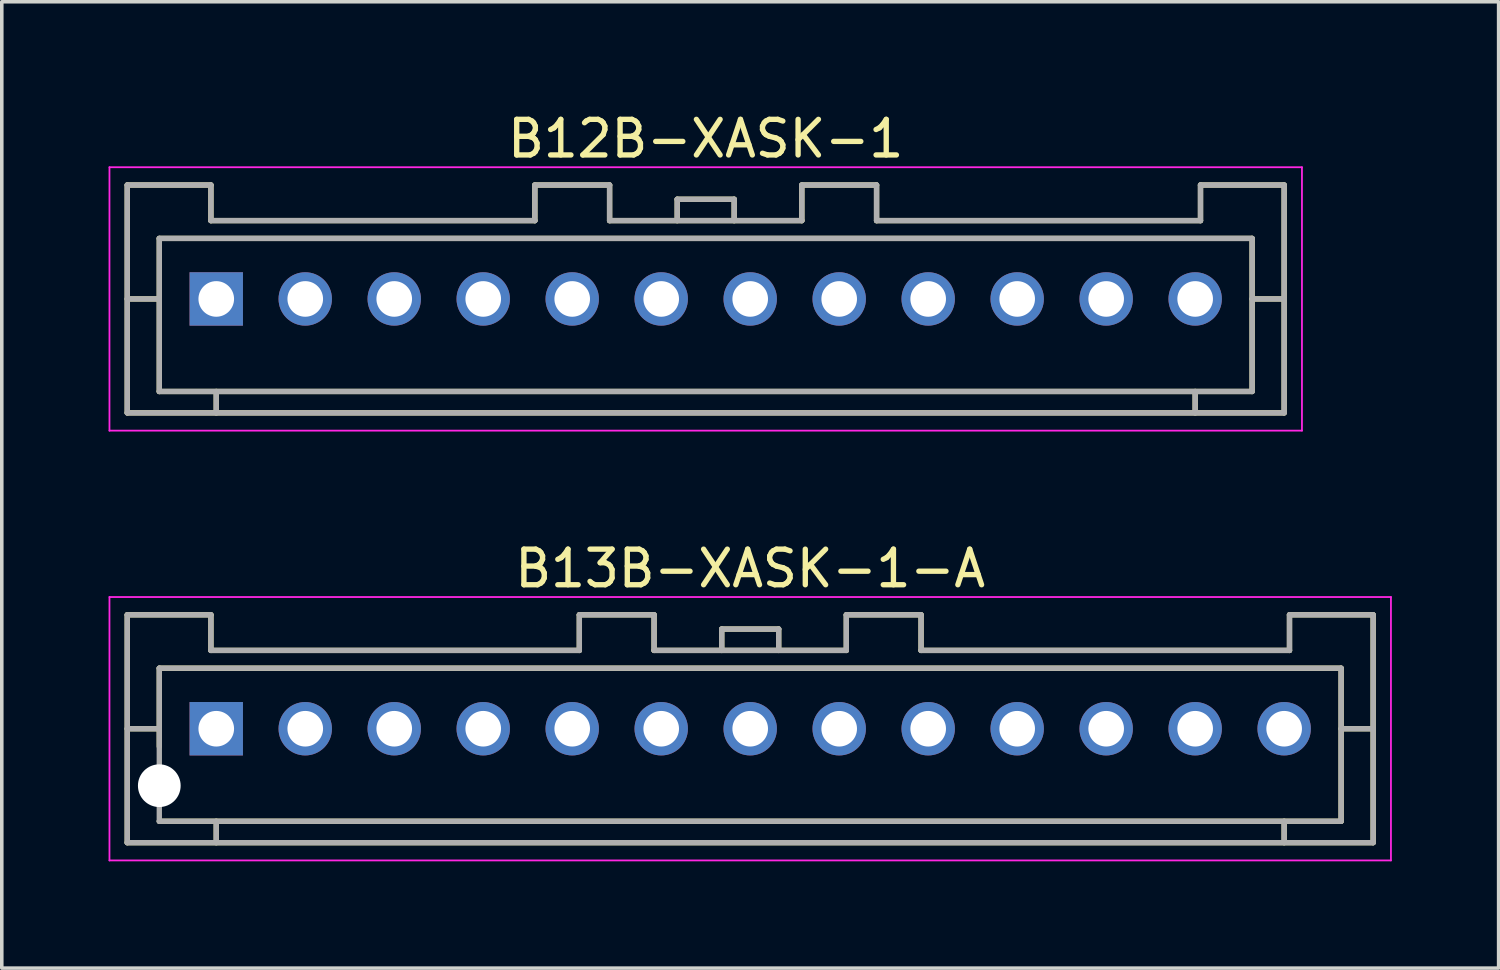
<source format=kicad_pcb>
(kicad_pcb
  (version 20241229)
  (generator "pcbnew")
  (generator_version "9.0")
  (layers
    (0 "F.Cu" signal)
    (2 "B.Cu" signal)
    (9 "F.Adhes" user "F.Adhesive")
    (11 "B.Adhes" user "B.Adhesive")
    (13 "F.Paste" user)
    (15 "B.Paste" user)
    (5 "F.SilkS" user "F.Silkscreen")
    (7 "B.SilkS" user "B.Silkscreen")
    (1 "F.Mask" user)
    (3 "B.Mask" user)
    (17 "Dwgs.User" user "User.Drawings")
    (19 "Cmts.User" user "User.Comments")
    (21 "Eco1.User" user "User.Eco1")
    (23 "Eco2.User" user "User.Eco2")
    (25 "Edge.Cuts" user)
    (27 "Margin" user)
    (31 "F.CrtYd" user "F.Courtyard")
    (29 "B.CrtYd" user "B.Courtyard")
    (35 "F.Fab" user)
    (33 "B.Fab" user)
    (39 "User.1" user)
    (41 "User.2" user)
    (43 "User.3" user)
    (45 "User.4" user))
  (footprint "B13B-XASK-1-A"
    (layer "F.Cu")
    (at 18.025 17.422)
    (property "Reference" "B13B-XASK-1-A" (at 0 -4.5 0) (layer "F.SilkS") (effects (font (size 1 1) (thickness 0.15))))
    (attr smd)
    (fp_line (start -17.5 -3.2) (end -17.5 3.2) (stroke (width 0.15) (type solid)) (layer "F.SilkS"))
    (fp_line (start -17.5 -3.2) (end -15.15 -3.2) (stroke (width 0.15) (type solid)) (layer "F.SilkS"))
    (fp_line (start -17.5 0) (end -16.6 0) (stroke (width 0.15) (type solid)) (layer "F.SilkS"))
    (fp_line (start -17.5 3.2) (end 17.5 3.2) (stroke (width 0.15) (type solid)) (layer "F.SilkS"))
    (fp_line (start -16.6 -1.7) (end -16.6 0.5) (stroke (width 0.15) (type solid)) (layer "F.SilkS"))
    (fp_line (start -16.6 -1.7) (end 16.6 -1.7) (stroke (width 0.15) (type solid)) (layer "F.SilkS"))
    (fp_line (start -16.6 2.6) (end 16.6 2.6) (stroke (width 0.15) (type solid)) (layer "F.SilkS"))
    (fp_line (start -15.15 -3.2) (end -15.15 -2.2) (stroke (width 0.15) (type solid)) (layer "F.SilkS"))
    (fp_line (start -15.15 -2.2) (end -4.8 -2.2) (stroke (width 0.15) (type solid)) (layer "F.SilkS"))
    (fp_line (start -15 2.6) (end -15 3.2) (stroke (width 0.15) (type solid)) (layer "F.SilkS"))
    (fp_line (start -4.8 -3.2) (end -4.8 -2.2) (stroke (width 0.15) (type solid)) (layer "F.SilkS"))
    (fp_line (start -4.8 -3.2) (end -2.7 -3.2) (stroke (width 0.15) (type solid)) (layer "F.SilkS"))
    (fp_line (start -2.7 -3.2) (end -2.7 -2.2) (stroke (width 0.15) (type solid)) (layer "F.SilkS"))
    (fp_line (start -2.7 -2.2) (end 2.7 -2.2) (stroke (width 0.15) (type solid)) (layer "F.SilkS"))
    (fp_line (start -0.8 -2.8) (end -0.8 -2.2) (stroke (width 0.15) (type solid)) (layer "F.SilkS"))
    (fp_line (start -0.8 -2.8) (end 0.8 -2.8) (stroke (width 0.15) (type solid)) (layer "F.SilkS"))
    (fp_line (start 0.8 -2.8) (end 0.8 -2.2) (stroke (width 0.15) (type solid)) (layer "F.SilkS"))
    (fp_line (start 2.7 -3.2) (end 2.7 -2.2) (stroke (width 0.15) (type solid)) (layer "F.SilkS"))
    (fp_line (start 2.7 -3.2) (end 4.8 -3.2) (stroke (width 0.15) (type solid)) (layer "F.SilkS"))
    (fp_line (start 4.8 -3.2) (end 4.8 -2.2) (stroke (width 0.15) (type solid)) (layer "F.SilkS"))
    (fp_line (start 4.8 -2.2) (end 15.15 -2.2) (stroke (width 0.15) (type solid)) (layer "F.SilkS"))
    (fp_line (start 15 2.6) (end 15 3.2) (stroke (width 0.15) (type solid)) (layer "F.SilkS"))
    (fp_line (start 15.15 -3.2) (end 15.15 -2.2) (stroke (width 0.15) (type solid)) (layer "F.SilkS"))
    (fp_line (start 15.15 -3.2) (end 17.5 -3.2) (stroke (width 0.15) (type solid)) (layer "F.SilkS"))
    (fp_line (start 16.6 -1.7) (end 16.6 2.6) (stroke (width 0.15) (type solid)) (layer "F.SilkS"))
    (fp_line (start 16.6 0) (end 17.5 0) (stroke (width 0.15) (type solid)) (layer "F.SilkS"))
    (fp_line (start 17.5 -3.2) (end 17.5 3.2) (stroke (width 0.15) (type solid)) (layer "F.SilkS"))
    (fp_line (start -18 -3.7) (end -18 3.7) (stroke (width 0.05) (type solid)) (layer "F.CrtYd"))
    (fp_line (start -18 -3.7) (end 18 -3.7) (stroke (width 0.05) (type solid)) (layer "F.CrtYd"))
    (fp_line (start -18 3.7) (end 18 3.7) (stroke (width 0.05) (type solid)) (layer "F.CrtYd"))
    (fp_line (start 18 -3.7) (end 18 3.7) (stroke (width 0.05) (type solid)) (layer "F.CrtYd"))
    (fp_line (start -17.5 -3.2) (end -17.5 3.2) (stroke (width 0.15) (type solid)) (layer "F.Fab"))
    (fp_line (start -17.5 -3.2) (end -15.15 -3.2) (stroke (width 0.15) (type solid)) (layer "F.Fab"))
    (fp_line (start -17.5 0) (end -16.6 0) (stroke (width 0.15) (type solid)) (layer "F.Fab"))
    (fp_line (start -17.5 3.2) (end 17.5 3.2) (stroke (width 0.15) (type solid)) (layer "F.Fab"))
    (fp_line (start -16.6 -1.7) (end -16.6 2.6) (stroke (width 0.15) (type solid)) (layer "F.Fab"))
    (fp_line (start -16.6 -1.7) (end 16.6 -1.7) (stroke (width 0.15) (type solid)) (layer "F.Fab"))
    (fp_line (start -16.6 2.6) (end 16.6 2.6) (stroke (width 0.15) (type solid)) (layer "F.Fab"))
    (fp_line (start -15.15 -3.2) (end -15.15 -2.2) (stroke (width 0.15) (type solid)) (layer "F.Fab"))
    (fp_line (start -15.15 -2.2) (end -4.8 -2.2) (stroke (width 0.15) (type solid)) (layer "F.Fab"))
    (fp_line (start -15 2.6) (end -15 3.2) (stroke (width 0.15) (type solid)) (layer "F.Fab"))
    (fp_line (start -4.8 -3.2) (end -4.8 -2.2) (stroke (width 0.15) (type solid)) (layer "F.Fab"))
    (fp_line (start -4.8 -3.2) (end -2.7 -3.2) (stroke (width 0.15) (type solid)) (layer "F.Fab"))
    (fp_line (start -2.7 -3.2) (end -2.7 -2.2) (stroke (width 0.15) (type solid)) (layer "F.Fab"))
    (fp_line (start -2.7 -2.2) (end 2.7 -2.2) (stroke (width 0.15) (type solid)) (layer "F.Fab"))
    (fp_line (start -0.8 -2.8) (end -0.8 -2.2) (stroke (width 0.15) (type solid)) (layer "F.Fab"))
    (fp_line (start -0.8 -2.8) (end 0.8 -2.8) (stroke (width 0.15) (type solid)) (layer "F.Fab"))
    (fp_line (start 0.8 -2.8) (end 0.8 -2.2) (stroke (width 0.15) (type solid)) (layer "F.Fab"))
    (fp_line (start 2.7 -3.2) (end 2.7 -2.2) (stroke (width 0.15) (type solid)) (layer "F.Fab"))
    (fp_line (start 2.7 -3.2) (end 4.8 -3.2) (stroke (width 0.15) (type solid)) (layer "F.Fab"))
    (fp_line (start 4.8 -3.2) (end 4.8 -2.2) (stroke (width 0.15) (type solid)) (layer "F.Fab"))
    (fp_line (start 4.8 -2.2) (end 15.15 -2.2) (stroke (width 0.15) (type solid)) (layer "F.Fab"))
    (fp_line (start 15 2.6) (end 15 3.2) (stroke (width 0.15) (type solid)) (layer "F.Fab"))
    (fp_line (start 15.15 -3.2) (end 15.15 -2.2) (stroke (width 0.15) (type solid)) (layer "F.Fab"))
    (fp_line (start 15.15 -3.2) (end 17.5 -3.2) (stroke (width 0.15) (type solid)) (layer "F.Fab"))
    (fp_line (start 16.6 -1.7) (end 16.6 2.6) (stroke (width 0.15) (type solid)) (layer "F.Fab"))
    (fp_line (start 16.6 0) (end 17.5 0) (stroke (width 0.15) (type solid)) (layer "F.Fab"))
    (fp_line (start 17.5 -3.2) (end 17.5 3.2) (stroke (width 0.15) (type solid)) (layer "F.Fab"))
    (pad "" np_thru_hole circle (at -16.6 1.6) (size 1.2 1.2) (drill 1.2) (layers "*.Cu" "*.Mask"))
    (pad "1" thru_hole rect (at -15 0) (size 1.5 1.5) (drill 1) (layers "*.Cu" "*.Mask"))
    (pad "2" thru_hole circle (at -12.5 0) (size 1.5 1.5) (drill 1) (layers "*.Cu" "*.Mask"))
    (pad "3" thru_hole circle (at -10 0) (size 1.5 1.5) (drill 1) (layers "*.Cu" "*.Mask"))
    (pad "4" thru_hole circle (at -7.5 0) (size 1.5 1.5) (drill 1) (layers "*.Cu" "*.Mask"))
    (pad "5" thru_hole circle (at -5 0) (size 1.5 1.5) (drill 1) (layers "*.Cu" "*.Mask"))
    (pad "6" thru_hole circle (at -2.5 0) (size 1.5 1.5) (drill 1) (layers "*.Cu" "*.Mask"))
    (pad "7" thru_hole circle (at 0 0) (size 1.5 1.5) (drill 1) (layers "*.Cu" "*.Mask"))
    (pad "8" thru_hole circle (at 2.5 0) (size 1.5 1.5) (drill 1) (layers "*.Cu" "*.Mask"))
    (pad "9" thru_hole circle (at 5 0) (size 1.5 1.5) (drill 1) (layers "*.Cu" "*.Mask"))
    (pad "10" thru_hole circle (at 7.5 0) (size 1.5 1.5) (drill 1) (layers "*.Cu" "*.Mask"))
    (pad "11" thru_hole circle (at 10 0) (size 1.5 1.5) (drill 1) (layers "*.Cu" "*.Mask"))
    (pad "12" thru_hole circle (at 12.5 0) (size 1.5 1.5) (drill 1) (layers "*.Cu" "*.Mask"))
    (pad "13" thru_hole circle (at 15 0) (size 1.5 1.5) (drill 1) (layers "*.Cu" "*.Mask")))
  (footprint "B12B-XASK-1"
    (layer "F.Cu")
    (at 16.775 5.348)
    (property "Reference" "B12B-XASK-1" (at 0 -4.5 0) (layer "F.SilkS") (effects (font (size 1 1) (thickness 0.15))))
    (attr smd)
    (fp_line (start -16.25 -3.2) (end -16.25 3.2) (stroke (width 0.15) (type solid)) (layer "F.SilkS"))
    (fp_line (start -16.25 -3.2) (end -13.9 -3.2) (stroke (width 0.15) (type solid)) (layer "F.SilkS"))
    (fp_line (start -16.25 0) (end -15.35 0) (stroke (width 0.15) (type solid)) (layer "F.SilkS"))
    (fp_line (start -16.25 3.2) (end 16.25 3.2) (stroke (width 0.15) (type solid)) (layer "F.SilkS"))
    (fp_line (start -15.35 -1.7) (end -15.35 2.6) (stroke (width 0.15) (type solid)) (layer "F.SilkS"))
    (fp_line (start -15.35 -1.7) (end 15.35 -1.7) (stroke (width 0.15) (type solid)) (layer "F.SilkS"))
    (fp_line (start -15.35 2.6) (end 15.35 2.6) (stroke (width 0.15) (type solid)) (layer "F.SilkS"))
    (fp_line (start -13.9 -3.2) (end -13.9 -2.2) (stroke (width 0.15) (type solid)) (layer "F.SilkS"))
    (fp_line (start -13.9 -2.2) (end -4.8 -2.2) (stroke (width 0.15) (type solid)) (layer "F.SilkS"))
    (fp_line (start -13.75 2.6) (end -13.75 3.2) (stroke (width 0.15) (type solid)) (layer "F.SilkS"))
    (fp_line (start -4.8 -3.2) (end -4.8 -2.2) (stroke (width 0.15) (type solid)) (layer "F.SilkS"))
    (fp_line (start -4.8 -3.2) (end -2.7 -3.2) (stroke (width 0.15) (type solid)) (layer "F.SilkS"))
    (fp_line (start -2.7 -3.2) (end -2.7 -2.2) (stroke (width 0.15) (type solid)) (layer "F.SilkS"))
    (fp_line (start -2.7 -2.2) (end 2.7 -2.2) (stroke (width 0.15) (type solid)) (layer "F.SilkS"))
    (fp_line (start -0.8 -2.8) (end -0.8 -2.2) (stroke (width 0.15) (type solid)) (layer "F.SilkS"))
    (fp_line (start -0.8 -2.8) (end 0.8 -2.8) (stroke (width 0.15) (type solid)) (layer "F.SilkS"))
    (fp_line (start 0.8 -2.8) (end 0.8 -2.2) (stroke (width 0.15) (type solid)) (layer "F.SilkS"))
    (fp_line (start 2.7 -3.2) (end 2.7 -2.2) (stroke (width 0.15) (type solid)) (layer "F.SilkS"))
    (fp_line (start 2.7 -3.2) (end 4.8 -3.2) (stroke (width 0.15) (type solid)) (layer "F.SilkS"))
    (fp_line (start 4.8 -3.2) (end 4.8 -2.2) (stroke (width 0.15) (type solid)) (layer "F.SilkS"))
    (fp_line (start 4.8 -2.2) (end 13.9 -2.2) (stroke (width 0.15) (type solid)) (layer "F.SilkS"))
    (fp_line (start 13.75 2.6) (end 13.75 3.2) (stroke (width 0.15) (type solid)) (layer "F.SilkS"))
    (fp_line (start 13.9 -3.2) (end 13.9 -2.2) (stroke (width 0.15) (type solid)) (layer "F.SilkS"))
    (fp_line (start 13.9 -3.2) (end 16.25 -3.2) (stroke (width 0.15) (type solid)) (layer "F.SilkS"))
    (fp_line (start 15.35 -1.7) (end 15.35 2.6) (stroke (width 0.15) (type solid)) (layer "F.SilkS"))
    (fp_line (start 15.35 0) (end 16.25 0) (stroke (width 0.15) (type solid)) (layer "F.SilkS"))
    (fp_line (start 16.25 -3.2) (end 16.25 3.2) (stroke (width 0.15) (type solid)) (layer "F.SilkS"))
    (fp_line (start -16.75 -3.7) (end -16.75 3.7) (stroke (width 0.05) (type solid)) (layer "F.CrtYd"))
    (fp_line (start -16.75 -3.7) (end 16.75 -3.7) (stroke (width 0.05) (type solid)) (layer "F.CrtYd"))
    (fp_line (start -16.75 3.7) (end 16.75 3.7) (stroke (width 0.05) (type solid)) (layer "F.CrtYd"))
    (fp_line (start 16.75 -3.7) (end 16.75 3.7) (stroke (width 0.05) (type solid)) (layer "F.CrtYd"))
    (fp_line (start -16.25 -3.2) (end -16.25 3.2) (stroke (width 0.15) (type solid)) (layer "F.Fab"))
    (fp_line (start -16.25 -3.2) (end -13.9 -3.2) (stroke (width 0.15) (type solid)) (layer "F.Fab"))
    (fp_line (start -16.25 0) (end -15.35 0) (stroke (width 0.15) (type solid)) (layer "F.Fab"))
    (fp_line (start -16.25 3.2) (end 16.25 3.2) (stroke (width 0.15) (type solid)) (layer "F.Fab"))
    (fp_line (start -15.35 -1.7) (end -15.35 2.6) (stroke (width 0.15) (type solid)) (layer "F.Fab"))
    (fp_line (start -15.35 -1.7) (end 15.35 -1.7) (stroke (width 0.15) (type solid)) (layer "F.Fab"))
    (fp_line (start -15.35 2.6) (end 15.35 2.6) (stroke (width 0.15) (type solid)) (layer "F.Fab"))
    (fp_line (start -13.9 -3.2) (end -13.9 -2.2) (stroke (width 0.15) (type solid)) (layer "F.Fab"))
    (fp_line (start -13.9 -2.2) (end -4.8 -2.2) (stroke (width 0.15) (type solid)) (layer "F.Fab"))
    (fp_line (start -13.75 2.6) (end -13.75 3.2) (stroke (width 0.15) (type solid)) (layer "F.Fab"))
    (fp_line (start -4.8 -3.2) (end -4.8 -2.2) (stroke (width 0.15) (type solid)) (layer "F.Fab"))
    (fp_line (start -4.8 -3.2) (end -2.7 -3.2) (stroke (width 0.15) (type solid)) (layer "F.Fab"))
    (fp_line (start -2.7 -3.2) (end -2.7 -2.2) (stroke (width 0.15) (type solid)) (layer "F.Fab"))
    (fp_line (start -2.7 -2.2) (end 2.7 -2.2) (stroke (width 0.15) (type solid)) (layer "F.Fab"))
    (fp_line (start -0.8 -2.8) (end -0.8 -2.2) (stroke (width 0.15) (type solid)) (layer "F.Fab"))
    (fp_line (start -0.8 -2.8) (end 0.8 -2.8) (stroke (width 0.15) (type solid)) (layer "F.Fab"))
    (fp_line (start 0.8 -2.8) (end 0.8 -2.2) (stroke (width 0.15) (type solid)) (layer "F.Fab"))
    (fp_line (start 2.7 -3.2) (end 2.7 -2.2) (stroke (width 0.15) (type solid)) (layer "F.Fab"))
    (fp_line (start 2.7 -3.2) (end 4.8 -3.2) (stroke (width 0.15) (type solid)) (layer "F.Fab"))
    (fp_line (start 4.8 -3.2) (end 4.8 -2.2) (stroke (width 0.15) (type solid)) (layer "F.Fab"))
    (fp_line (start 4.8 -2.2) (end 13.9 -2.2) (stroke (width 0.15) (type solid)) (layer "F.Fab"))
    (fp_line (start 13.75 2.6) (end 13.75 3.2) (stroke (width 0.15) (type solid)) (layer "F.Fab"))
    (fp_line (start 13.9 -3.2) (end 13.9 -2.2) (stroke (width 0.15) (type solid)) (layer "F.Fab"))
    (fp_line (start 13.9 -3.2) (end 16.25 -3.2) (stroke (width 0.15) (type solid)) (layer "F.Fab"))
    (fp_line (start 15.35 -1.7) (end 15.35 2.6) (stroke (width 0.15) (type solid)) (layer "F.Fab"))
    (fp_line (start 15.35 0) (end 16.25 0) (stroke (width 0.15) (type solid)) (layer "F.Fab"))
    (fp_line (start 16.25 -3.2) (end 16.25 3.2) (stroke (width 0.15) (type solid)) (layer "F.Fab"))
    (pad "1" thru_hole rect (at -13.75 0) (size 1.5 1.5) (drill 1) (layers "*.Cu" "*.Mask"))
    (pad "2" thru_hole circle (at -11.25 0) (size 1.5 1.5) (drill 1) (layers "*.Cu" "*.Mask"))
    (pad "3" thru_hole circle (at -8.75 0) (size 1.5 1.5) (drill 1) (layers "*.Cu" "*.Mask"))
    (pad "4" thru_hole circle (at -6.25 0) (size 1.5 1.5) (drill 1) (layers "*.Cu" "*.Mask"))
    (pad "5" thru_hole circle (at -3.75 0) (size 1.5 1.5) (drill 1) (layers "*.Cu" "*.Mask"))
    (pad "6" thru_hole circle (at -1.25 0) (size 1.5 1.5) (drill 1) (layers "*.Cu" "*.Mask"))
    (pad "7" thru_hole circle (at 1.25 0) (size 1.5 1.5) (drill 1) (layers "*.Cu" "*.Mask"))
    (pad "8" thru_hole circle (at 3.75 0) (size 1.5 1.5) (drill 1) (layers "*.Cu" "*.Mask"))
    (pad "9" thru_hole circle (at 6.25 0) (size 1.5 1.5) (drill 1) (layers "*.Cu" "*.Mask"))
    (pad "10" thru_hole circle (at 8.75 0) (size 1.5 1.5) (drill 1) (layers "*.Cu" "*.Mask"))
    (pad "11" thru_hole circle (at 11.25 0) (size 1.5 1.5) (drill 1) (layers "*.Cu" "*.Mask"))
    (pad "12" thru_hole circle (at 13.75 0) (size 1.5 1.5) (drill 1) (layers "*.Cu" "*.Mask")))
  (gr_rect
    (start -3 -3)
    (end 39.05 24.146)
    (stroke (width 0.1) (type default))
    (fill no)
    (layer "Edge.Cuts")))
</source>
